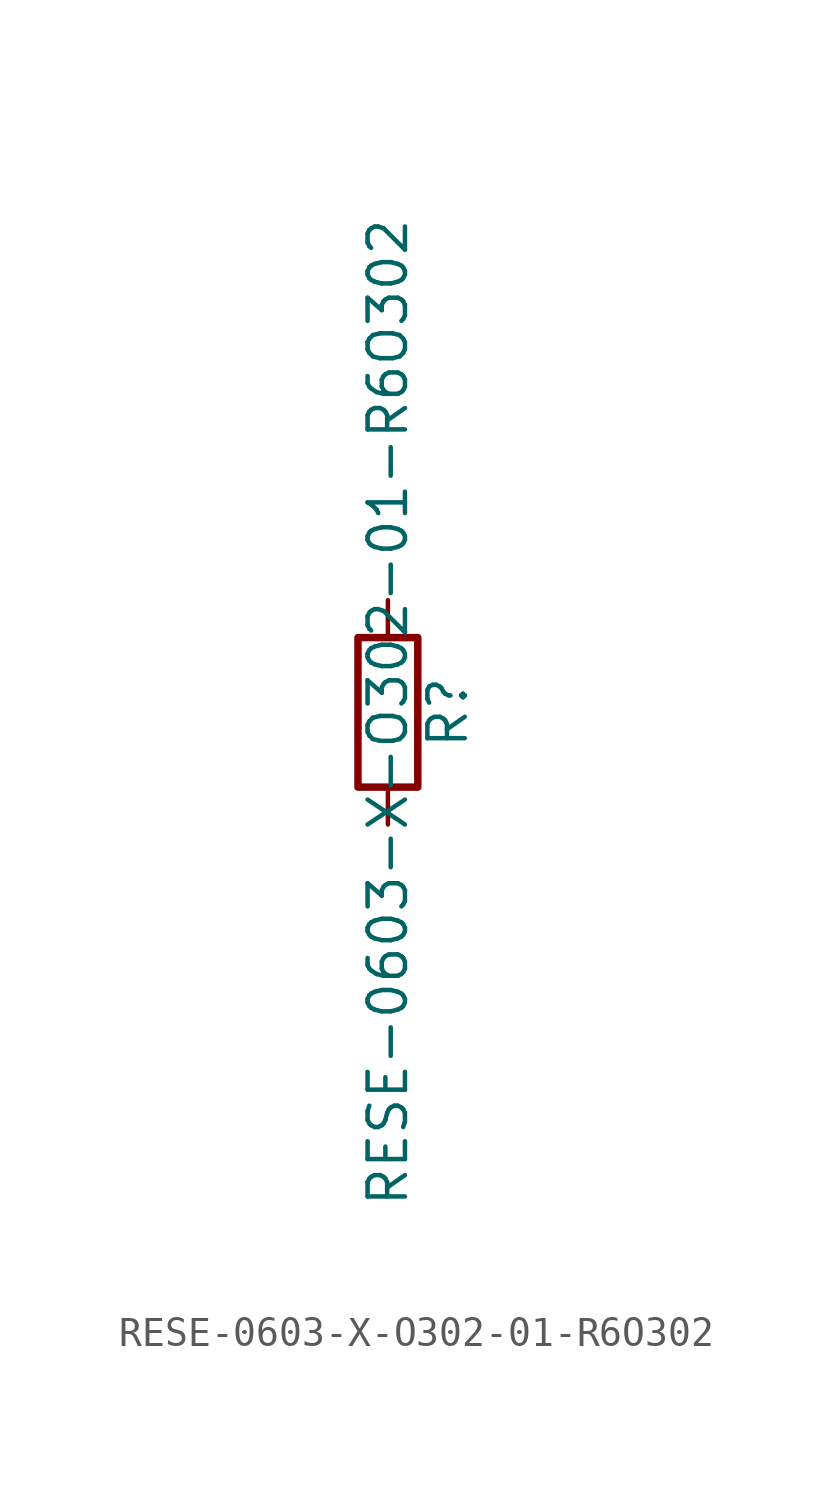
<source format=kicad_sym>
(kicad_symbol_lib
  (version 20211014)
  (generator kicad_symbol_editor)
  (symbol "RESE-0603-X-O302-01-R6O302"
    (pin_numbers hide)
    (pin_names
      (offset 0))
    (property "Reference" "R"
      (at 2.032 0 90)
      (effects (font (size 1.27 1.27))))
    (property "Value" "RESE-0603-X-O302-01-R6O302"
      (at 0 0 90)
      (effects (font (size 1.27 1.27))))
    (symbol "RESE-0603-X-O302-01-R6O302_0_1"
      (rectangle (start -1.016 -2.54) (end 1.016 2.54) (stroke (width 0.254) (type default) (color 0 0 0 0)) (fill (type none))))
    (symbol "RESE-0603-X-O302-01-R6O302_1_1"
      (pin passive line (at 0 3.81 270) (length 1.27) (name "~" (effects (font (size 1.27 1.27)))) (number "1" (effects (font (size 1.27 1.27)))))
      (pin passive line (at 0 -3.81 90) (length 1.27) (name "~" (effects (font (size 1.27 1.27)))) (number "2" (effects (font (size 1.27 1.27))))))))
</source>
